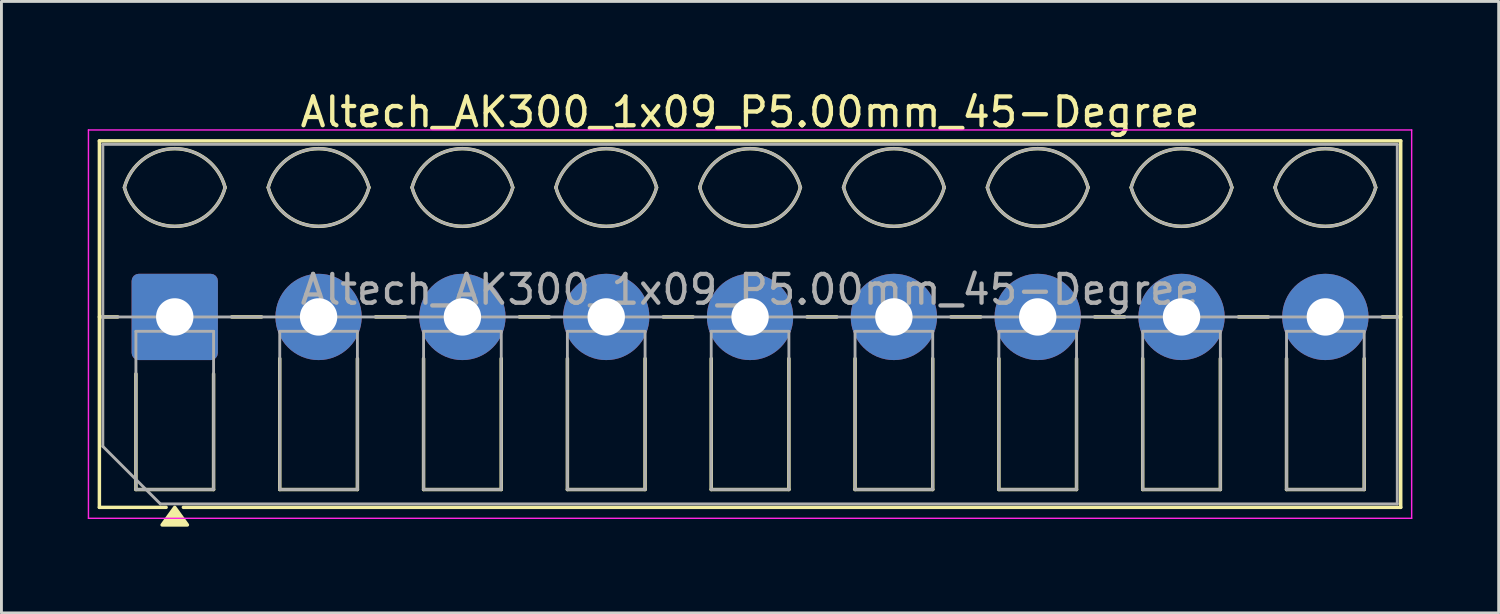
<source format=kicad_pcb>
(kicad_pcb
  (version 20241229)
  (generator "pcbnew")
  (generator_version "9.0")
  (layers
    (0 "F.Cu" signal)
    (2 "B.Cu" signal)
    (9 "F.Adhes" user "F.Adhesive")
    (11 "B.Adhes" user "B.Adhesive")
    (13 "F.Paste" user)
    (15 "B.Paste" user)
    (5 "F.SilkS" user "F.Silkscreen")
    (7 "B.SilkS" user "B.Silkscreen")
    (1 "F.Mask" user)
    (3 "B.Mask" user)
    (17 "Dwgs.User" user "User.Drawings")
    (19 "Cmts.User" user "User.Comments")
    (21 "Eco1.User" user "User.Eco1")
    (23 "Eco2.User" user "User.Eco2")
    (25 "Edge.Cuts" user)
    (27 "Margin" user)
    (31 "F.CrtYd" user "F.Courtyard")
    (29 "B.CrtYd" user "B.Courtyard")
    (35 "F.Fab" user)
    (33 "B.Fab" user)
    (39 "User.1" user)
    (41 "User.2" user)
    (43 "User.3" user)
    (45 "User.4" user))
  (footprint "Altech_AK300_1x09_P5.00mm_45-Degree"
    (layer "F.Cu")
    (at 3.025 7.968)
    (property "Reference" "Altech_AK300_1x09_P5.00mm_45-Degree" (at 20 -7.12 0) (layer "F.SilkS") (effects (font (size 1 1) (thickness 0.15))))
    (attr through_hole)
    (fp_line (start -2.62 -6.12) (end 42.62 -6.12) (stroke (width 0.12) (type solid)) (layer "F.SilkS"))
    (fp_line (start -2.62 0) (end -1.98 0) (stroke (width 0.12) (type solid)) (layer "F.SilkS"))
    (fp_line (start -2.62 6.62) (end -2.62 -6.12) (stroke (width 0.12) (type solid)) (layer "F.SilkS"))
    (fp_line (start -1.35 6) (end -1.35 1.98) (stroke (width 0.12) (type solid)) (layer "F.SilkS"))
    (fp_line (start -0.3 6.62) (end -2.62 6.62) (stroke (width 0.12) (type solid)) (layer "F.SilkS"))
    (fp_line (start 1.35 1.98) (end 1.35 6) (stroke (width 0.12) (type solid)) (layer "F.SilkS"))
    (fp_line (start 1.35 6) (end -1.35 6) (stroke (width 0.12) (type solid)) (layer "F.SilkS"))
    (fp_line (start 1.98 0) (end 3.02 0) (stroke (width 0.12) (type solid)) (layer "F.SilkS"))
    (fp_line (start 3.65 6) (end 3.65 1.448) (stroke (width 0.12) (type solid)) (layer "F.SilkS"))
    (fp_line (start 6.35 1.448) (end 6.35 6) (stroke (width 0.12) (type solid)) (layer "F.SilkS"))
    (fp_line (start 6.35 6) (end 3.65 6) (stroke (width 0.12) (type solid)) (layer "F.SilkS"))
    (fp_line (start 6.98 0) (end 8.02 0) (stroke (width 0.12) (type solid)) (layer "F.SilkS"))
    (fp_line (start 8.65 6) (end 8.65 1.448) (stroke (width 0.12) (type solid)) (layer "F.SilkS"))
    (fp_line (start 11.35 1.448) (end 11.35 6) (stroke (width 0.12) (type solid)) (layer "F.SilkS"))
    (fp_line (start 11.35 6) (end 8.65 6) (stroke (width 0.12) (type solid)) (layer "F.SilkS"))
    (fp_line (start 11.98 0) (end 13.02 0) (stroke (width 0.12) (type solid)) (layer "F.SilkS"))
    (fp_line (start 13.65 6) (end 13.65 1.448) (stroke (width 0.12) (type solid)) (layer "F.SilkS"))
    (fp_line (start 16.35 1.448) (end 16.35 6) (stroke (width 0.12) (type solid)) (layer "F.SilkS"))
    (fp_line (start 16.35 6) (end 13.65 6) (stroke (width 0.12) (type solid)) (layer "F.SilkS"))
    (fp_line (start 16.98 0) (end 18.02 0) (stroke (width 0.12) (type solid)) (layer "F.SilkS"))
    (fp_line (start 18.65 6) (end 18.65 1.448) (stroke (width 0.12) (type solid)) (layer "F.SilkS"))
    (fp_line (start 21.35 1.448) (end 21.35 6) (stroke (width 0.12) (type solid)) (layer "F.SilkS"))
    (fp_line (start 21.35 6) (end 18.65 6) (stroke (width 0.12) (type solid)) (layer "F.SilkS"))
    (fp_line (start 21.98 0) (end 23.02 0) (stroke (width 0.12) (type solid)) (layer "F.SilkS"))
    (fp_line (start 23.65 6) (end 23.65 1.448) (stroke (width 0.12) (type solid)) (layer "F.SilkS"))
    (fp_line (start 26.35 1.448) (end 26.35 6) (stroke (width 0.12) (type solid)) (layer "F.SilkS"))
    (fp_line (start 26.35 6) (end 23.65 6) (stroke (width 0.12) (type solid)) (layer "F.SilkS"))
    (fp_line (start 26.98 0) (end 28.02 0) (stroke (width 0.12) (type solid)) (layer "F.SilkS"))
    (fp_line (start 28.65 6) (end 28.65 1.448) (stroke (width 0.12) (type solid)) (layer "F.SilkS"))
    (fp_line (start 31.35 1.448) (end 31.35 6) (stroke (width 0.12) (type solid)) (layer "F.SilkS"))
    (fp_line (start 31.35 6) (end 28.65 6) (stroke (width 0.12) (type solid)) (layer "F.SilkS"))
    (fp_line (start 31.98 0) (end 33.02 0) (stroke (width 0.12) (type solid)) (layer "F.SilkS"))
    (fp_line (start 33.65 6) (end 33.65 1.448) (stroke (width 0.12) (type solid)) (layer "F.SilkS"))
    (fp_line (start 36.35 1.448) (end 36.35 6) (stroke (width 0.12) (type solid)) (layer "F.SilkS"))
    (fp_line (start 36.35 6) (end 33.65 6) (stroke (width 0.12) (type solid)) (layer "F.SilkS"))
    (fp_line (start 36.98 0) (end 38.02 0) (stroke (width 0.12) (type solid)) (layer "F.SilkS"))
    (fp_line (start 38.65 6) (end 38.65 1.448) (stroke (width 0.12) (type solid)) (layer "F.SilkS"))
    (fp_line (start 41.35 1.448) (end 41.35 6) (stroke (width 0.12) (type solid)) (layer "F.SilkS"))
    (fp_line (start 41.35 6) (end 38.65 6) (stroke (width 0.12) (type solid)) (layer "F.SilkS"))
    (fp_line (start 41.98 0) (end 42.62 0) (stroke (width 0.12) (type solid)) (layer "F.SilkS"))
    (fp_line (start 42.62 -6.12) (end 42.62 6.62) (stroke (width 0.12) (type solid)) (layer "F.SilkS"))
    (fp_line (start 42.62 6.62) (end 0.3 6.62) (stroke (width 0.12) (type solid)) (layer "F.SilkS"))
    (fp_arc (start -1.75 -4.5) (mid 0 -5.85) (end 1.75 -4.5) (stroke (width 0.12) (type solid)) (layer "F.SilkS"))
    (fp_arc (start 1.75 -4.5) (mid 0 -3.15) (end -1.75 -4.5) (stroke (width 0.12) (type solid)) (layer "F.SilkS"))
    (fp_arc (start 3.25 -4.5) (mid 5 -5.85) (end 6.75 -4.5) (stroke (width 0.12) (type solid)) (layer "F.SilkS"))
    (fp_arc (start 6.75 -4.5) (mid 5 -3.15) (end 3.25 -4.5) (stroke (width 0.12) (type solid)) (layer "F.SilkS"))
    (fp_arc (start 8.25 -4.5) (mid 10 -5.85) (end 11.75 -4.5) (stroke (width 0.12) (type solid)) (layer "F.SilkS"))
    (fp_arc (start 11.75 -4.5) (mid 10 -3.15) (end 8.25 -4.5) (stroke (width 0.12) (type solid)) (layer "F.SilkS"))
    (fp_arc (start 13.25 -4.5) (mid 15 -5.85) (end 16.75 -4.5) (stroke (width 0.12) (type solid)) (layer "F.SilkS"))
    (fp_arc (start 16.75 -4.5) (mid 15 -3.15) (end 13.25 -4.5) (stroke (width 0.12) (type solid)) (layer "F.SilkS"))
    (fp_arc (start 18.25 -4.5) (mid 20 -5.85) (end 21.75 -4.5) (stroke (width 0.12) (type solid)) (layer "F.SilkS"))
    (fp_arc (start 21.75 -4.5) (mid 20 -3.15) (end 18.25 -4.5) (stroke (width 0.12) (type solid)) (layer "F.SilkS"))
    (fp_arc (start 23.25 -4.5) (mid 25 -5.85) (end 26.75 -4.5) (stroke (width 0.12) (type solid)) (layer "F.SilkS"))
    (fp_arc (start 26.75 -4.5) (mid 25 -3.15) (end 23.25 -4.5) (stroke (width 0.12) (type solid)) (layer "F.SilkS"))
    (fp_arc (start 28.25 -4.5) (mid 30 -5.85) (end 31.75 -4.5) (stroke (width 0.12) (type solid)) (layer "F.SilkS"))
    (fp_arc (start 31.75 -4.5) (mid 30 -3.15) (end 28.25 -4.5) (stroke (width 0.12) (type solid)) (layer "F.SilkS"))
    (fp_arc (start 33.25 -4.5) (mid 35 -5.85) (end 36.75 -4.5) (stroke (width 0.12) (type solid)) (layer "F.SilkS"))
    (fp_arc (start 36.75 -4.5) (mid 35 -3.15) (end 33.25 -4.5) (stroke (width 0.12) (type solid)) (layer "F.SilkS"))
    (fp_arc (start 38.25 -4.5) (mid 40 -5.85) (end 41.75 -4.5) (stroke (width 0.12) (type solid)) (layer "F.SilkS"))
    (fp_arc (start 41.75 -4.5) (mid 40 -3.15) (end 38.25 -4.5) (stroke (width 0.12) (type solid)) (layer "F.SilkS"))
    (fp_poly (pts (xy 0 6.62) (xy 0.44 7.23) (xy -0.44 7.23)) (stroke (width 0.12) (type solid)) (fill yes) (layer "F.SilkS"))
    (fp_line (start -3 -6.5) (end -3 7) (stroke (width 0.05) (type solid)) (layer "F.CrtYd"))
    (fp_line (start -3 7) (end 43 7) (stroke (width 0.05) (type solid)) (layer "F.CrtYd"))
    (fp_line (start 43 -6.5) (end -3 -6.5) (stroke (width 0.05) (type solid)) (layer "F.CrtYd"))
    (fp_line (start 43 7) (end 43 -6.5) (stroke (width 0.05) (type solid)) (layer "F.CrtYd"))
    (fp_line (start -2.5 -6) (end 42.5 -6) (stroke (width 0.1) (type solid)) (layer "F.Fab"))
    (fp_line (start -2.5 0) (end 42.5 0) (stroke (width 0.1) (type solid)) (layer "F.Fab"))
    (fp_line (start -2.5 4.5) (end -2.5 -6) (stroke (width 0.1) (type solid)) (layer "F.Fab"))
    (fp_line (start -1.35 0.5) (end -1.35 6) (stroke (width 0.1) (type solid)) (layer "F.Fab"))
    (fp_line (start -1.35 6) (end 1.35 6) (stroke (width 0.1) (type solid)) (layer "F.Fab"))
    (fp_line (start -0.5 6.5) (end -2.5 4.5) (stroke (width 0.1) (type solid)) (layer "F.Fab"))
    (fp_line (start 1.35 0.5) (end -1.35 0.5) (stroke (width 0.1) (type solid)) (layer "F.Fab"))
    (fp_line (start 1.35 6) (end 1.35 0.5) (stroke (width 0.1) (type solid)) (layer "F.Fab"))
    (fp_line (start 3.65 0.5) (end 3.65 6) (stroke (width 0.1) (type solid)) (layer "F.Fab"))
    (fp_line (start 3.65 6) (end 6.35 6) (stroke (width 0.1) (type solid)) (layer "F.Fab"))
    (fp_line (start 6.35 0.5) (end 3.65 0.5) (stroke (width 0.1) (type solid)) (layer "F.Fab"))
    (fp_line (start 6.35 6) (end 6.35 0.5) (stroke (width 0.1) (type solid)) (layer "F.Fab"))
    (fp_line (start 8.65 0.5) (end 8.65 6) (stroke (width 0.1) (type solid)) (layer "F.Fab"))
    (fp_line (start 8.65 6) (end 11.351 6) (stroke (width 0.1) (type solid)) (layer "F.Fab"))
    (fp_line (start 11.351 0.5) (end 8.65 0.5) (stroke (width 0.1) (type solid)) (layer "F.Fab"))
    (fp_line (start 11.351 6) (end 11.351 0.5) (stroke (width 0.1) (type solid)) (layer "F.Fab"))
    (fp_line (start 13.65 0.5) (end 13.65 6) (stroke (width 0.1) (type solid)) (layer "F.Fab"))
    (fp_line (start 13.65 6) (end 16.351 6) (stroke (width 0.1) (type solid)) (layer "F.Fab"))
    (fp_line (start 16.351 0.5) (end 13.65 0.5) (stroke (width 0.1) (type solid)) (layer "F.Fab"))
    (fp_line (start 16.351 6) (end 16.351 0.5) (stroke (width 0.1) (type solid)) (layer "F.Fab"))
    (fp_line (start 18.65 0.5) (end 18.65 6) (stroke (width 0.1) (type solid)) (layer "F.Fab"))
    (fp_line (start 18.65 6) (end 21.35 6) (stroke (width 0.1) (type solid)) (layer "F.Fab"))
    (fp_line (start 21.35 0.5) (end 18.65 0.5) (stroke (width 0.1) (type solid)) (layer "F.Fab"))
    (fp_line (start 21.35 6) (end 21.35 0.5) (stroke (width 0.1) (type solid)) (layer "F.Fab"))
    (fp_line (start 23.65 0.5) (end 23.65 6) (stroke (width 0.1) (type solid)) (layer "F.Fab"))
    (fp_line (start 23.65 6) (end 26.35 6) (stroke (width 0.1) (type solid)) (layer "F.Fab"))
    (fp_line (start 26.35 0.5) (end 23.65 0.5) (stroke (width 0.1) (type solid)) (layer "F.Fab"))
    (fp_line (start 26.35 6) (end 26.35 0.5) (stroke (width 0.1) (type solid)) (layer "F.Fab"))
    (fp_line (start 28.65 0.5) (end 28.65 6) (stroke (width 0.1) (type solid)) (layer "F.Fab"))
    (fp_line (start 28.65 6) (end 31.35 6) (stroke (width 0.1) (type solid)) (layer "F.Fab"))
    (fp_line (start 31.35 0.5) (end 28.65 0.5) (stroke (width 0.1) (type solid)) (layer "F.Fab"))
    (fp_line (start 31.35 6) (end 31.35 0.5) (stroke (width 0.1) (type solid)) (layer "F.Fab"))
    (fp_line (start 33.65 0.5) (end 33.65 6) (stroke (width 0.1) (type solid)) (layer "F.Fab"))
    (fp_line (start 33.65 6) (end 36.35 6) (stroke (width 0.1) (type solid)) (layer "F.Fab"))
    (fp_line (start 36.35 0.5) (end 33.65 0.5) (stroke (width 0.1) (type solid)) (layer "F.Fab"))
    (fp_line (start 36.35 6) (end 36.35 0.5) (stroke (width 0.1) (type solid)) (layer "F.Fab"))
    (fp_line (start 38.65 0.5) (end 38.65 6) (stroke (width 0.1) (type solid)) (layer "F.Fab"))
    (fp_line (start 38.65 6) (end 41.35 6) (stroke (width 0.1) (type solid)) (layer "F.Fab"))
    (fp_line (start 41.35 0.5) (end 38.65 0.5) (stroke (width 0.1) (type solid)) (layer "F.Fab"))
    (fp_line (start 41.35 6) (end 41.35 0.5) (stroke (width 0.1) (type solid)) (layer "F.Fab"))
    (fp_line (start 42.5 -6) (end 42.5 6.5) (stroke (width 0.1) (type solid)) (layer "F.Fab"))
    (fp_line (start 42.5 6.5) (end -0.5 6.5) (stroke (width 0.1) (type solid)) (layer "F.Fab"))
    (fp_arc (start -1.75 -4.5) (mid 0 -5.85) (end 1.75 -4.5) (stroke (width 0.1) (type solid)) (layer "F.Fab"))
    (fp_arc (start 1.75 -4.5) (mid 0 -3.15) (end -1.75 -4.5) (stroke (width 0.1) (type solid)) (layer "F.Fab"))
    (fp_arc (start 3.25 -4.5) (mid 5 -5.85) (end 6.75 -4.5) (stroke (width 0.1) (type solid)) (layer "F.Fab"))
    (fp_arc (start 6.75 -4.5) (mid 5 -3.15) (end 3.25 -4.5) (stroke (width 0.1) (type solid)) (layer "F.Fab"))
    (fp_arc (start 8.25 -4.5) (mid 10 -5.85) (end 11.75 -4.5) (stroke (width 0.1) (type solid)) (layer "F.Fab"))
    (fp_arc (start 11.75 -4.5) (mid 10 -3.15) (end 8.25 -4.5) (stroke (width 0.1) (type solid)) (layer "F.Fab"))
    (fp_arc (start 13.25 -4.5) (mid 15 -5.85) (end 16.75 -4.5) (stroke (width 0.1) (type solid)) (layer "F.Fab"))
    (fp_arc (start 16.75 -4.5) (mid 15 -3.15) (end 13.25 -4.5) (stroke (width 0.1) (type solid)) (layer "F.Fab"))
    (fp_arc (start 18.25 -4.5) (mid 20 -5.85) (end 21.75 -4.5) (stroke (width 0.1) (type solid)) (layer "F.Fab"))
    (fp_arc (start 21.75 -4.5) (mid 20 -3.15) (end 18.25 -4.5) (stroke (width 0.1) (type solid)) (layer "F.Fab"))
    (fp_arc (start 23.25 -4.5) (mid 25 -5.85) (end 26.75 -4.5) (stroke (width 0.1) (type solid)) (layer "F.Fab"))
    (fp_arc (start 26.75 -4.5) (mid 25 -3.15) (end 23.25 -4.5) (stroke (width 0.1) (type solid)) (layer "F.Fab"))
    (fp_arc (start 28.25 -4.5) (mid 30 -5.85) (end 31.75 -4.5) (stroke (width 0.1) (type solid)) (layer "F.Fab"))
    (fp_arc (start 31.75 -4.5) (mid 30 -3.15) (end 28.25 -4.5) (stroke (width 0.1) (type solid)) (layer "F.Fab"))
    (fp_arc (start 33.25 -4.5) (mid 35 -5.85) (end 36.75 -4.5) (stroke (width 0.1) (type solid)) (layer "F.Fab"))
    (fp_arc (start 36.75 -4.5) (mid 35 -3.15) (end 33.25 -4.5) (stroke (width 0.1) (type solid)) (layer "F.Fab"))
    (fp_arc (start 38.25 -4.5) (mid 40 -5.85) (end 41.75 -4.5) (stroke (width 0.1) (type solid)) (layer "F.Fab"))
    (fp_arc (start 41.75 -4.5) (mid 40 -3.15) (end 38.25 -4.5) (stroke (width 0.1) (type solid)) (layer "F.Fab"))
    (fp_text user "${REFERENCE}" (at 20 -0.95 0) (layer "F.Fab") (effects (font (size 1 1) (thickness 0.15))))
    (pad "1" thru_hole roundrect (at 0 0) (size 3 3) (drill 1.3) (layers "*.Cu" "*.Mask") (roundrect_rratio 0.083))
    (pad "2" thru_hole circle (at 5 0) (size 3 3) (drill 1.3) (layers "*.Cu" "*.Mask"))
    (pad "3" thru_hole circle (at 10 0) (size 3 3) (drill 1.3) (layers "*.Cu" "*.Mask"))
    (pad "4" thru_hole circle (at 15 0) (size 3 3) (drill 1.3) (layers "*.Cu" "*.Mask"))
    (pad "5" thru_hole circle (at 20 0) (size 3 3) (drill 1.3) (layers "*.Cu" "*.Mask"))
    (pad "6" thru_hole circle (at 25 0) (size 3 3) (drill 1.3) (layers "*.Cu" "*.Mask"))
    (pad "7" thru_hole circle (at 30 0) (size 3 3) (drill 1.3) (layers "*.Cu" "*.Mask"))
    (pad "8" thru_hole circle (at 35 0) (size 3 3) (drill 1.3) (layers "*.Cu" "*.Mask"))
    (pad "9" thru_hole circle (at 40 0) (size 3 3) (drill 1.3) (layers "*.Cu" "*.Mask")))
  (gr_rect
    (start -3 -3)
    (end 49.05 18.258)
    (stroke (width 0.1) (type default))
    (fill no)
    (layer "Edge.Cuts")))
</source>
